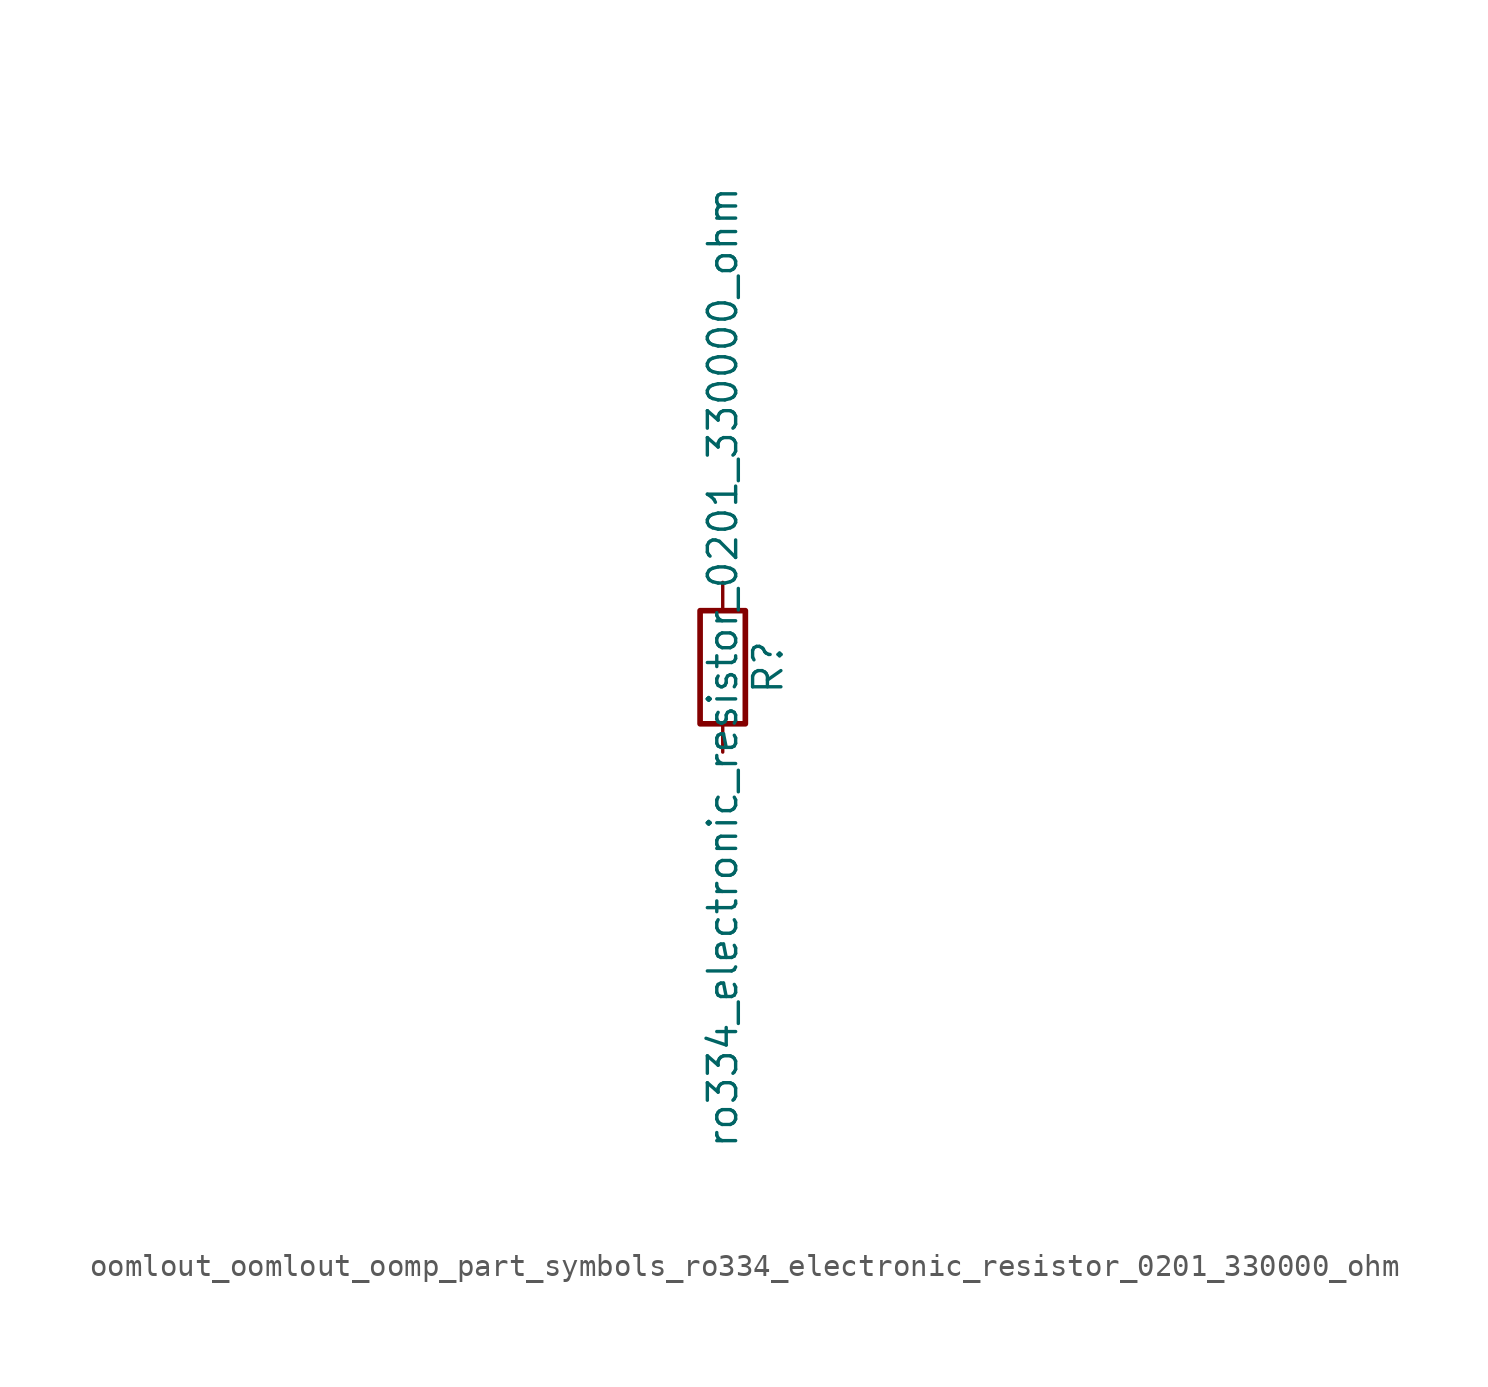
<source format=kicad_sym>
(kicad_symbol_lib
  (version 20220914)
  (generator kicad_symbol_editor)
  (symbol "oomlout_oomlout_oomp_part_symbols_ro334_electronic_resistor_0201_330000_ohm"
    (pin_numbers hide)
    (pin_names
      (offset 0))
    (property "Reference" "R"
      (at 2.032 0 90)
      (effects (font (size 1.27 1.27))))
    (property "Value" "ro334_electronic_resistor_0201_330000_ohm"
      (at 0 0 90)
      (effects (font (size 1.27 1.27))))
    (symbol "oomlout_oomlout_oomp_part_symbols_ro334_electronic_resistor_0201_330000_ohm_0_1"
      (rectangle (start -1.016 -2.54) (end 1.016 2.54) (stroke (width 0.254) (type default)) (fill (type none))))
    (symbol "oomlout_oomlout_oomp_part_symbols_ro334_electronic_resistor_0201_330000_ohm_1_1"
      (pin passive line (at 0 3.81 270) (length 1.27) (name "~" (effects (font (size 1.27 1.27)))) (number "1" (effects (font (size 1.27 1.27)))))
      (pin passive line (at 0 -3.81 90) (length 1.27) (name "~" (effects (font (size 1.27 1.27)))) (number "2" (effects (font (size 1.27 1.27))))))))
</source>
